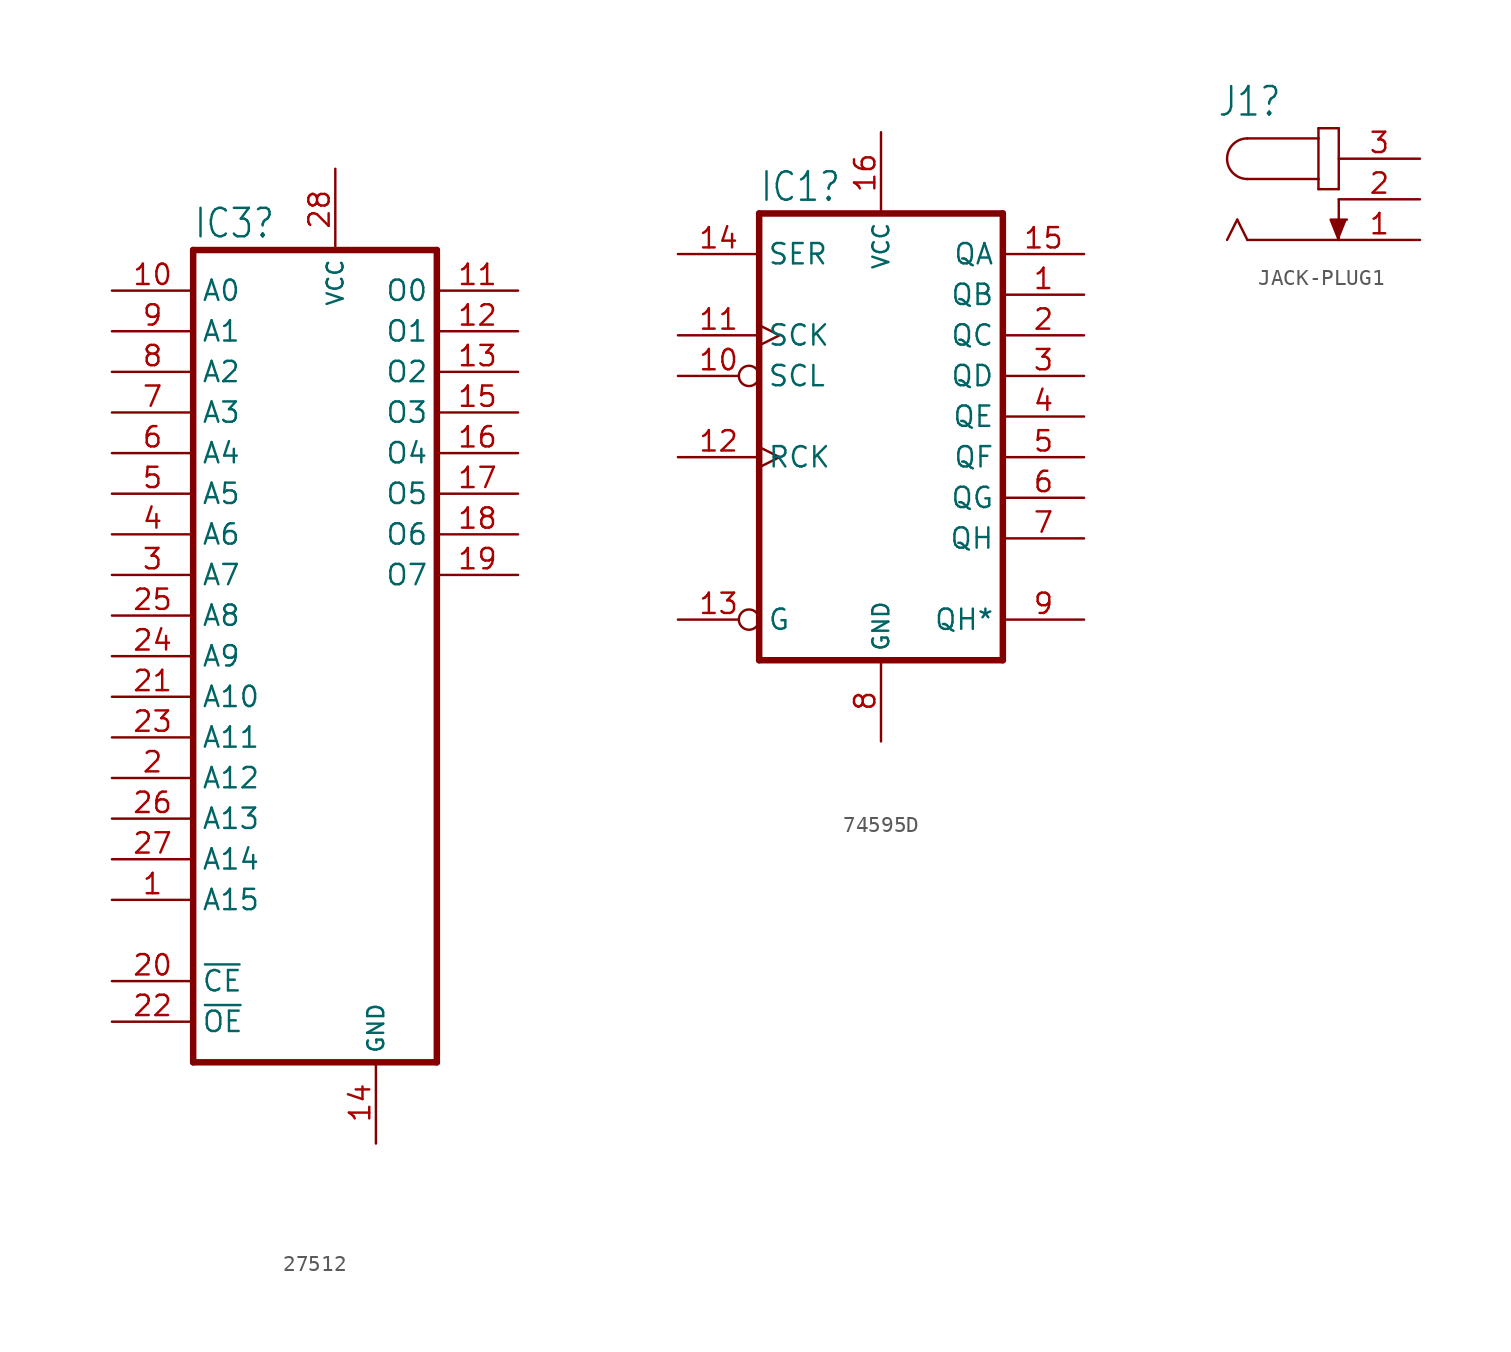
<source format=kicad_sym>
(kicad_symbol_lib
  (version 20220914)
  (generator kicad_symbol_editor)
  (symbol "27512"
    (property "Reference" "IC3"
      (at -10.16 26.035 0)
      (effects (font (size 1.778 1.511)) (justify left bottom)))
    (symbol "27512_1_0"
      (polyline (pts (xy -10.16 -25.4) (xy 5.08 -25.4)) (stroke (width 0.406) (type solid)) (fill (type none)))
      (polyline (pts (xy -10.16 25.4) (xy -10.16 -25.4)) (stroke (width 0.406) (type solid)) (fill (type none)))
      (polyline (pts (xy 5.08 -25.4) (xy 5.08 25.4)) (stroke (width 0.406) (type solid)) (fill (type none)))
      (polyline (pts (xy 5.08 25.4) (xy -10.16 25.4)) (stroke (width 0.406) (type solid)) (fill (type none)))
      (pin input line (at -15.24 -15.24 0) (length 5.08) (name "A15" (effects (font (size 1.27 1.27)))) (number "1" (effects (font (size 1.27 1.27)))))
      (pin input line (at -15.24 22.86 0) (length 5.08) (name "A0" (effects (font (size 1.27 1.27)))) (number "10" (effects (font (size 1.27 1.27)))))
      (pin tri_state line (at 10.16 22.86 180) (length 5.08) (name "O0" (effects (font (size 1.27 1.27)))) (number "11" (effects (font (size 1.27 1.27)))))
      (pin tri_state line (at 10.16 20.32 180) (length 5.08) (name "O1" (effects (font (size 1.27 1.27)))) (number "12" (effects (font (size 1.27 1.27)))))
      (pin tri_state line (at 10.16 17.78 180) (length 5.08) (name "O2" (effects (font (size 1.27 1.27)))) (number "13" (effects (font (size 1.27 1.27)))))
      (pin power_in line (at 1.27 -30.48 90) (length 5.08) (name "GND" (effects (font (size 1 1)))) (number "14" (effects (font (size 1.27 1.27)))))
      (pin tri_state line (at 10.16 15.24 180) (length 5.08) (name "O3" (effects (font (size 1.27 1.27)))) (number "15" (effects (font (size 1.27 1.27)))))
      (pin tri_state line (at 10.16 12.7 180) (length 5.08) (name "O4" (effects (font (size 1.27 1.27)))) (number "16" (effects (font (size 1.27 1.27)))))
      (pin tri_state line (at 10.16 10.16 180) (length 5.08) (name "O5" (effects (font (size 1.27 1.27)))) (number "17" (effects (font (size 1.27 1.27)))))
      (pin tri_state line (at 10.16 7.62 180) (length 5.08) (name "O6" (effects (font (size 1.27 1.27)))) (number "18" (effects (font (size 1.27 1.27)))))
      (pin tri_state line (at 10.16 5.08 180) (length 5.08) (name "O7" (effects (font (size 1.27 1.27)))) (number "19" (effects (font (size 1.27 1.27)))))
      (pin input line (at -15.24 -7.62 0) (length 5.08) (name "A12" (effects (font (size 1.27 1.27)))) (number "2" (effects (font (size 1.27 1.27)))))
      (pin input line (at -15.24 -20.32 0) (length 5.08) (name "~{CE}" (effects (font (size 1.27 1.27)))) (number "20" (effects (font (size 1.27 1.27)))))
      (pin input line (at -15.24 -2.54 0) (length 5.08) (name "A10" (effects (font (size 1.27 1.27)))) (number "21" (effects (font (size 1.27 1.27)))))
      (pin input line (at -15.24 -22.86 0) (length 5.08) (name "~{OE}" (effects (font (size 1.27 1.27)))) (number "22" (effects (font (size 1.27 1.27)))))
      (pin input line (at -15.24 -5.08 0) (length 5.08) (name "A11" (effects (font (size 1.27 1.27)))) (number "23" (effects (font (size 1.27 1.27)))))
      (pin input line (at -15.24 0 0) (length 5.08) (name "A9" (effects (font (size 1.27 1.27)))) (number "24" (effects (font (size 1.27 1.27)))))
      (pin input line (at -15.24 2.54 0) (length 5.08) (name "A8" (effects (font (size 1.27 1.27)))) (number "25" (effects (font (size 1.27 1.27)))))
      (pin input line (at -15.24 -10.16 0) (length 5.08) (name "A13" (effects (font (size 1.27 1.27)))) (number "26" (effects (font (size 1.27 1.27)))))
      (pin input line (at -15.24 -12.7 0) (length 5.08) (name "A14" (effects (font (size 1.27 1.27)))) (number "27" (effects (font (size 1.27 1.27)))))
      (pin power_in line (at -1.27 30.48 270) (length 5.08) (name "VCC" (effects (font (size 1 1)))) (number "28" (effects (font (size 1.27 1.27)))))
      (pin input line (at -15.24 5.08 0) (length 5.08) (name "A7" (effects (font (size 1.27 1.27)))) (number "3" (effects (font (size 1.27 1.27)))))
      (pin input line (at -15.24 7.62 0) (length 5.08) (name "A6" (effects (font (size 1.27 1.27)))) (number "4" (effects (font (size 1.27 1.27)))))
      (pin input line (at -15.24 10.16 0) (length 5.08) (name "A5" (effects (font (size 1.27 1.27)))) (number "5" (effects (font (size 1.27 1.27)))))
      (pin input line (at -15.24 12.7 0) (length 5.08) (name "A4" (effects (font (size 1.27 1.27)))) (number "6" (effects (font (size 1.27 1.27)))))
      (pin input line (at -15.24 15.24 0) (length 5.08) (name "A3" (effects (font (size 1.27 1.27)))) (number "7" (effects (font (size 1.27 1.27)))))
      (pin input line (at -15.24 17.78 0) (length 5.08) (name "A2" (effects (font (size 1.27 1.27)))) (number "8" (effects (font (size 1.27 1.27)))))
      (pin input line (at -15.24 20.32 0) (length 5.08) (name "A1" (effects (font (size 1.27 1.27)))) (number "9" (effects (font (size 1.27 1.27)))))))
  (symbol "74595D"
    (property "Reference" "IC1"
      (at -7.62 13.335 0)
      (effects (font (size 1.778 1.511)) (justify left bottom)))
    (symbol "74595D_1_0"
      (polyline (pts (xy -7.62 -15.24) (xy 7.62 -15.24)) (stroke (width 0.406) (type solid)) (fill (type none)))
      (polyline (pts (xy -7.62 12.7) (xy -7.62 -15.24)) (stroke (width 0.406) (type solid)) (fill (type none)))
      (polyline (pts (xy 7.62 -15.24) (xy 7.62 12.7)) (stroke (width 0.406) (type solid)) (fill (type none)))
      (polyline (pts (xy 7.62 12.7) (xy -7.62 12.7)) (stroke (width 0.406) (type solid)) (fill (type none)))
      (pin tri_state line (at 12.7 7.62 180) (length 5.08) (name "QB" (effects (font (size 1.27 1.27)))) (number "1" (effects (font (size 1.27 1.27)))))
      (pin input inverted (at -12.7 2.54 0) (length 5.08) (name "SCL" (effects (font (size 1.27 1.27)))) (number "10" (effects (font (size 1.27 1.27)))))
      (pin input clock (at -12.7 5.08 0) (length 5.08) (name "SCK" (effects (font (size 1.27 1.27)))) (number "11" (effects (font (size 1.27 1.27)))))
      (pin input clock (at -12.7 -2.54 0) (length 5.08) (name "RCK" (effects (font (size 1.27 1.27)))) (number "12" (effects (font (size 1.27 1.27)))))
      (pin input inverted (at -12.7 -12.7 0) (length 5.08) (name "G" (effects (font (size 1.27 1.27)))) (number "13" (effects (font (size 1.27 1.27)))))
      (pin input line (at -12.7 10.16 0) (length 5.08) (name "SER" (effects (font (size 1.27 1.27)))) (number "14" (effects (font (size 1.27 1.27)))))
      (pin tri_state line (at 12.7 10.16 180) (length 5.08) (name "QA" (effects (font (size 1.27 1.27)))) (number "15" (effects (font (size 1.27 1.27)))))
      (pin power_in line (at 0 17.78 270) (length 5.08) (name "VCC" (effects (font (size 1 1)))) (number "16" (effects (font (size 1.27 1.27)))))
      (pin tri_state line (at 12.7 5.08 180) (length 5.08) (name "QC" (effects (font (size 1.27 1.27)))) (number "2" (effects (font (size 1.27 1.27)))))
      (pin tri_state line (at 12.7 2.54 180) (length 5.08) (name "QD" (effects (font (size 1.27 1.27)))) (number "3" (effects (font (size 1.27 1.27)))))
      (pin tri_state line (at 12.7 0 180) (length 5.08) (name "QE" (effects (font (size 1.27 1.27)))) (number "4" (effects (font (size 1.27 1.27)))))
      (pin tri_state line (at 12.7 -2.54 180) (length 5.08) (name "QF" (effects (font (size 1.27 1.27)))) (number "5" (effects (font (size 1.27 1.27)))))
      (pin tri_state line (at 12.7 -5.08 180) (length 5.08) (name "QG" (effects (font (size 1.27 1.27)))) (number "6" (effects (font (size 1.27 1.27)))))
      (pin tri_state line (at 12.7 -7.62 180) (length 5.08) (name "QH" (effects (font (size 1.27 1.27)))) (number "7" (effects (font (size 1.27 1.27)))))
      (pin power_in line (at 0 -20.32 90) (length 5.08) (name "GND" (effects (font (size 1 1)))) (number "8" (effects (font (size 1.27 1.27)))))
      (pin tri_state line (at 12.7 -12.7 180) (length 5.08) (name "QH*" (effects (font (size 1.27 1.27)))) (number "9" (effects (font (size 1.27 1.27)))))))
  (symbol "JACK-PLUG1"
    (property "Reference" "J1"
      (at -7.62 5.08 0)
      (effects (font (size 1.778 1.511)) (justify left bottom)))
    (property "ki_locked" ""
      (at 0 0 0)
      (effects (font (size 1.27 1.27))))
    (symbol "JACK-PLUG1_1_0"
      (arc (start -5.715 3.81) (mid -6.9795 2.54) (end -5.715 1.27) (stroke (width 0.1524) (type solid)) (fill (type none)))
      (polyline (pts (xy -6.35 -1.27) (xy -6.985 -2.54)) (stroke (width 0.152) (type solid)) (fill (type none)))
      (polyline (pts (xy -5.715 -2.54) (xy -6.35 -1.27)) (stroke (width 0.152) (type solid)) (fill (type none)))
      (polyline (pts (xy -5.715 3.81) (xy -1.27 3.81)) (stroke (width 0.152) (type solid)) (fill (type none)))
      (polyline (pts (xy -1.27 0.635) (xy 0 0.635)) (stroke (width 0.152) (type solid)) (fill (type none)))
      (polyline (pts (xy -1.27 1.27) (xy -5.715 1.27)) (stroke (width 0.152) (type solid)) (fill (type none)))
      (polyline (pts (xy -1.27 1.27) (xy -1.27 0.635)) (stroke (width 0.152) (type solid)) (fill (type none)))
      (polyline (pts (xy -1.27 3.81) (xy -1.27 1.27)) (stroke (width 0.152) (type solid)) (fill (type none)))
      (polyline (pts (xy -1.27 4.445) (xy -1.27 3.81)) (stroke (width 0.152) (type solid)) (fill (type none)))
      (polyline (pts (xy 0 -2.54) (xy -5.715 -2.54)) (stroke (width 0.152) (type solid)) (fill (type none)))
      (polyline (pts (xy 0 0) (xy 0 -2.54)) (stroke (width 0.152) (type solid)) (fill (type none)))
      (polyline (pts (xy 0 0.635) (xy 0 4.445)) (stroke (width 0.152) (type solid)) (fill (type none)))
      (polyline (pts (xy 0 4.445) (xy -1.27 4.445)) (stroke (width 0.152) (type solid)) (fill (type none)))
      (polyline (pts (xy 0 -2.54) (xy -0.508 -1.27) (xy 0.508 -1.27)) (stroke (width 0.152) (type solid)) (fill (type outline)))
      (pin passive line (at 5.08 -2.54 180) (length 5.08) (name "1" (effects (font (size 0 0)))) (number "1" (effects (font (size 1.27 1.27)))))
      (pin passive line (at 5.08 0 180) (length 5.08) (name "2" (effects (font (size 0 0)))) (number "2" (effects (font (size 1.27 1.27)))))
      (pin passive line (at 5.08 2.54 180) (length 5.08) (name "3" (effects (font (size 0 0)))) (number "3" (effects (font (size 1.27 1.27))))))))
</source>
